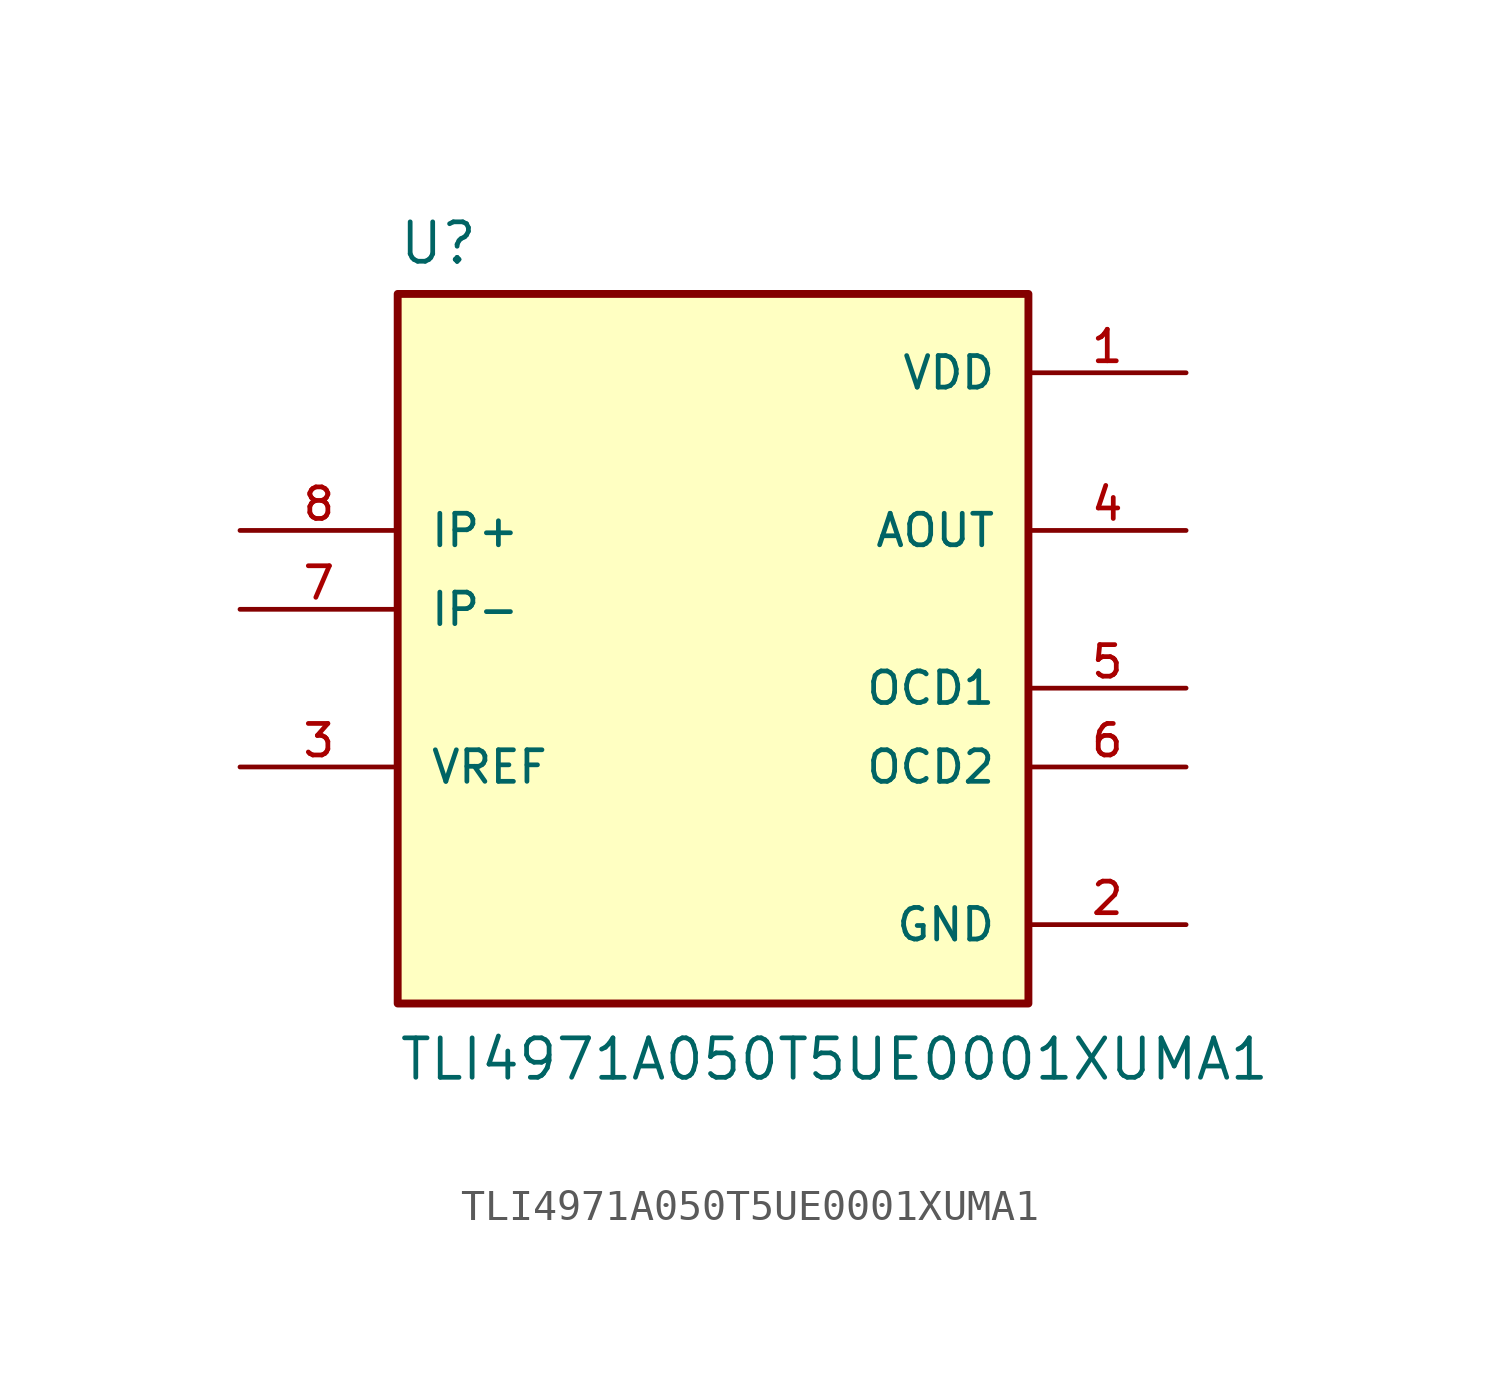
<source format=kicad_sym>
(kicad_symbol_lib
  (version 20211014)
  (generator kicad_symbol_editor)
  (symbol "TLI4971A050T5UE0001XUMA1"
    (pin_names
      (offset 1.016))
    (property "Reference" "U"
      (at -10.16 11.049 0)
      (effects (font (size 1.27 1.27)) (justify bottom left)))
    (property "Value" "TLI4971A050T5UE0001XUMA1"
      (at -10.16 -15.24 0)
      (effects (font (size 1.27 1.27)) (justify bottom left)))
    (symbol "TLI4971A050T5UE0001XUMA1_0_0"
      (rectangle (start -10.16 -12.7) (end 10.16 10.16) (stroke (width 0.254)) (fill (type background)))
      (pin power_in line (at 15.24 7.62 180.0) (length 5.08) (name "VDD" (effects (font (size 1.016 1.016)))) (number "1" (effects (font (size 1.016 1.016)))))
      (pin bidirectional line (at -15.24 -5.08 0) (length 5.08) (name "VREF" (effects (font (size 1.016 1.016)))) (number "3" (effects (font (size 1.016 1.016)))))
      (pin input line (at -15.24 2.54 0) (length 5.08) (name "IP+" (effects (font (size 1.016 1.016)))) (number "8" (effects (font (size 1.016 1.016)))))
      (pin input line (at -15.24 0.0 0) (length 5.08) (name "IP-" (effects (font (size 1.016 1.016)))) (number "7" (effects (font (size 1.016 1.016)))))
      (pin output line (at 15.24 -5.08 180.0) (length 5.08) (name "OCD2" (effects (font (size 1.016 1.016)))) (number "6" (effects (font (size 1.016 1.016)))))
      (pin output line (at 15.24 -2.54 180.0) (length 5.08) (name "OCD1" (effects (font (size 1.016 1.016)))) (number "5" (effects (font (size 1.016 1.016)))))
      (pin output line (at 15.24 2.54 180.0) (length 5.08) (name "AOUT" (effects (font (size 1.016 1.016)))) (number "4" (effects (font (size 1.016 1.016)))))
      (pin power_in line (at 15.24 -10.16 180.0) (length 5.08) (name "GND" (effects (font (size 1.016 1.016)))) (number "2" (effects (font (size 1.016 1.016))))))))
</source>
